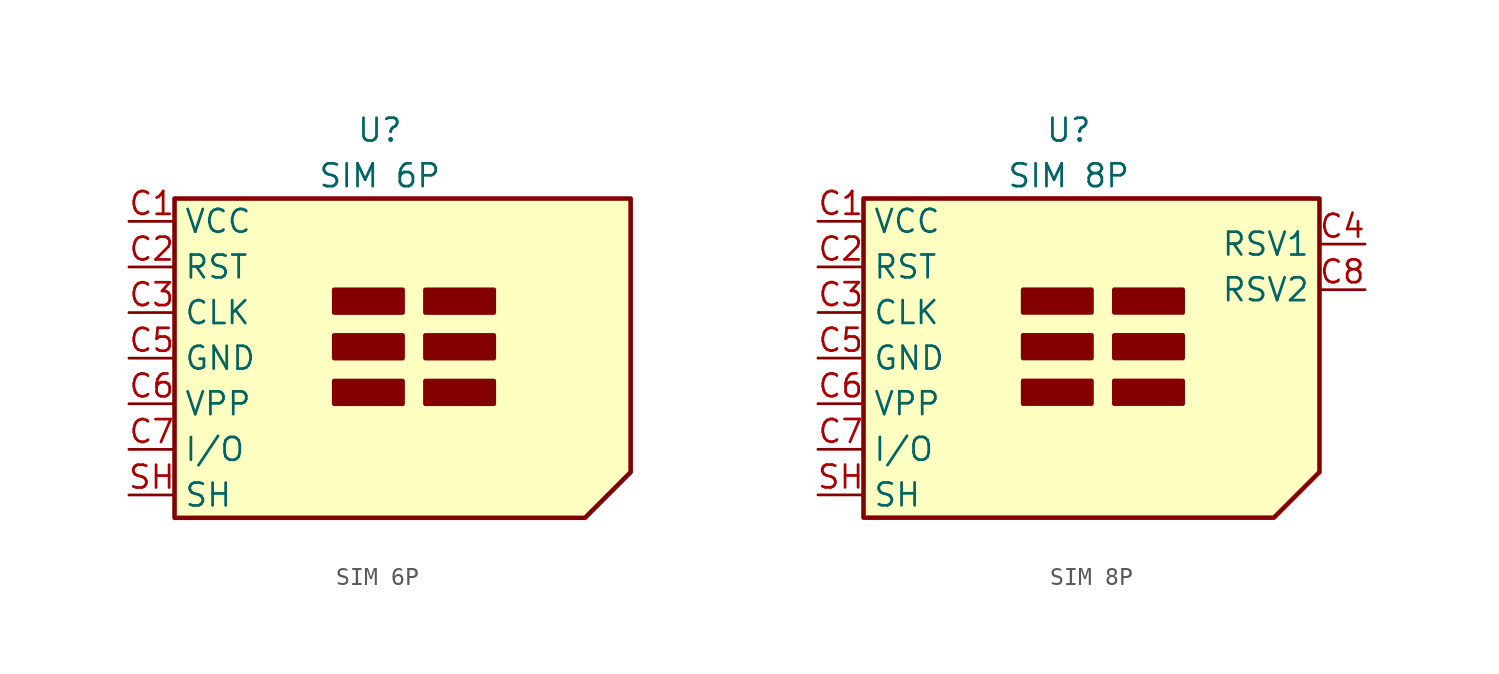
<source format=kicad_sym>
(kicad_symbol_lib
  (version 20220914)
  (generator kicad_symbol_editor)
  (symbol "SIM 6P"
    (property "Reference" "U"
      (at 11.43 12.7 0)
      (effects (font (size 1.27 1.27))))
    (property "Value" "SIM 6P"
      (at 11.43 10.16 0)
      (effects (font (size 1.27 1.27))))
    (symbol "SIM 6P_0_1"
      (polyline (pts (xy 0 8.89) (xy 0 -8.89) (xy 22.86 -8.89) (xy 25.4 -6.35) (xy 25.4 8.89) (xy 0 8.89)) (stroke (width 0.254) (type default)) (fill (type background)))
      (rectangle (start 8.89 -2.54) (end 12.7 -1.27) (stroke (width 0.254) (type default)) (fill (type outline)))
      (rectangle (start 8.89 0) (end 12.7 1.27) (stroke (width 0.254) (type default)) (fill (type outline)))
      (rectangle (start 8.89 2.54) (end 12.7 3.81) (stroke (width 0.254) (type default)) (fill (type outline)))
      (rectangle (start 13.97 -1.27) (end 17.78 -2.54) (stroke (width 0.254) (type default)) (fill (type outline)))
      (rectangle (start 13.97 0) (end 17.78 1.27) (stroke (width 0.254) (type default)) (fill (type outline)))
      (rectangle (start 13.97 2.54) (end 17.78 3.81) (stroke (width 0.254) (type default)) (fill (type outline))))
    (symbol "SIM 6P_1_1"
      (pin power_in line (at -2.54 7.62 0) (length 2.54) (name "VCC" (effects (font (size 1.27 1.27)))) (number "C1" (effects (font (size 1.27 1.27)))))
      (pin input line (at -2.54 5.08 0) (length 2.54) (name "RST" (effects (font (size 1.27 1.27)))) (number "C2" (effects (font (size 1.27 1.27)))))
      (pin input line (at -2.54 2.54 0) (length 2.54) (name "CLK" (effects (font (size 1.27 1.27)))) (number "C3" (effects (font (size 1.27 1.27)))))
      (pin power_in line (at -2.54 0 0) (length 2.54) (name "GND" (effects (font (size 1.27 1.27)))) (number "C5" (effects (font (size 1.27 1.27)))))
      (pin input line (at -2.54 -2.54 0) (length 2.54) (name "VPP" (effects (font (size 1.27 1.27)))) (number "C6" (effects (font (size 1.27 1.27)))))
      (pin bidirectional line (at -2.54 -5.08 0) (length 2.54) (name "I/O" (effects (font (size 1.27 1.27)))) (number "C7" (effects (font (size 1.27 1.27)))))
      (pin passive line (at -2.54 -7.62 0) (length 2.54) (name "SH" (effects (font (size 1.27 1.27)))) (number "SH" (effects (font (size 1.27 1.27)))))))
  (symbol "SIM 8P"
    (property "Reference" "U"
      (at 11.43 12.7 0)
      (effects (font (size 1.27 1.27))))
    (property "Value" "SIM 8P"
      (at 11.43 10.16 0)
      (effects (font (size 1.27 1.27))))
    (symbol "SIM 8P_0_1"
      (polyline (pts (xy 0 8.89) (xy 0 -8.89) (xy 22.86 -8.89) (xy 25.4 -6.35) (xy 25.4 8.89) (xy 0 8.89)) (stroke (width 0.254) (type default)) (fill (type background)))
      (rectangle (start 8.89 -2.54) (end 12.7 -1.27) (stroke (width 0.254) (type default)) (fill (type outline)))
      (rectangle (start 8.89 0) (end 12.7 1.27) (stroke (width 0.254) (type default)) (fill (type outline)))
      (rectangle (start 8.89 2.54) (end 12.7 3.81) (stroke (width 0.254) (type default)) (fill (type outline)))
      (rectangle (start 13.97 -1.27) (end 17.78 -2.54) (stroke (width 0.254) (type default)) (fill (type outline)))
      (rectangle (start 13.97 0) (end 17.78 1.27) (stroke (width 0.254) (type default)) (fill (type outline)))
      (rectangle (start 13.97 2.54) (end 17.78 3.81) (stroke (width 0.254) (type default)) (fill (type outline))))
    (symbol "SIM 8P_1_1"
      (pin power_in line (at -2.54 7.62 0) (length 2.54) (name "VCC" (effects (font (size 1.27 1.27)))) (number "C1" (effects (font (size 1.27 1.27)))))
      (pin input line (at -2.54 5.08 0) (length 2.54) (name "RST" (effects (font (size 1.27 1.27)))) (number "C2" (effects (font (size 1.27 1.27)))))
      (pin input line (at -2.54 2.54 0) (length 2.54) (name "CLK" (effects (font (size 1.27 1.27)))) (number "C3" (effects (font (size 1.27 1.27)))))
      (pin passive line (at 27.94 6.35 180) (length 2.54) (name "RSV1" (effects (font (size 1.27 1.27)))) (number "C4" (effects (font (size 1.27 1.27)))))
      (pin power_in line (at -2.54 0 0) (length 2.54) (name "GND" (effects (font (size 1.27 1.27)))) (number "C5" (effects (font (size 1.27 1.27)))))
      (pin input line (at -2.54 -2.54 0) (length 2.54) (name "VPP" (effects (font (size 1.27 1.27)))) (number "C6" (effects (font (size 1.27 1.27)))))
      (pin bidirectional line (at -2.54 -5.08 0) (length 2.54) (name "I/O" (effects (font (size 1.27 1.27)))) (number "C7" (effects (font (size 1.27 1.27)))))
      (pin passive line (at 27.94 3.81 180) (length 2.54) (name "RSV2" (effects (font (size 1.27 1.27)))) (number "C8" (effects (font (size 1.27 1.27)))))
      (pin passive line (at -2.54 -7.62 0) (length 2.54) (name "SH" (effects (font (size 1.27 1.27)))) (number "SH" (effects (font (size 1.27 1.27))))))))
</source>
